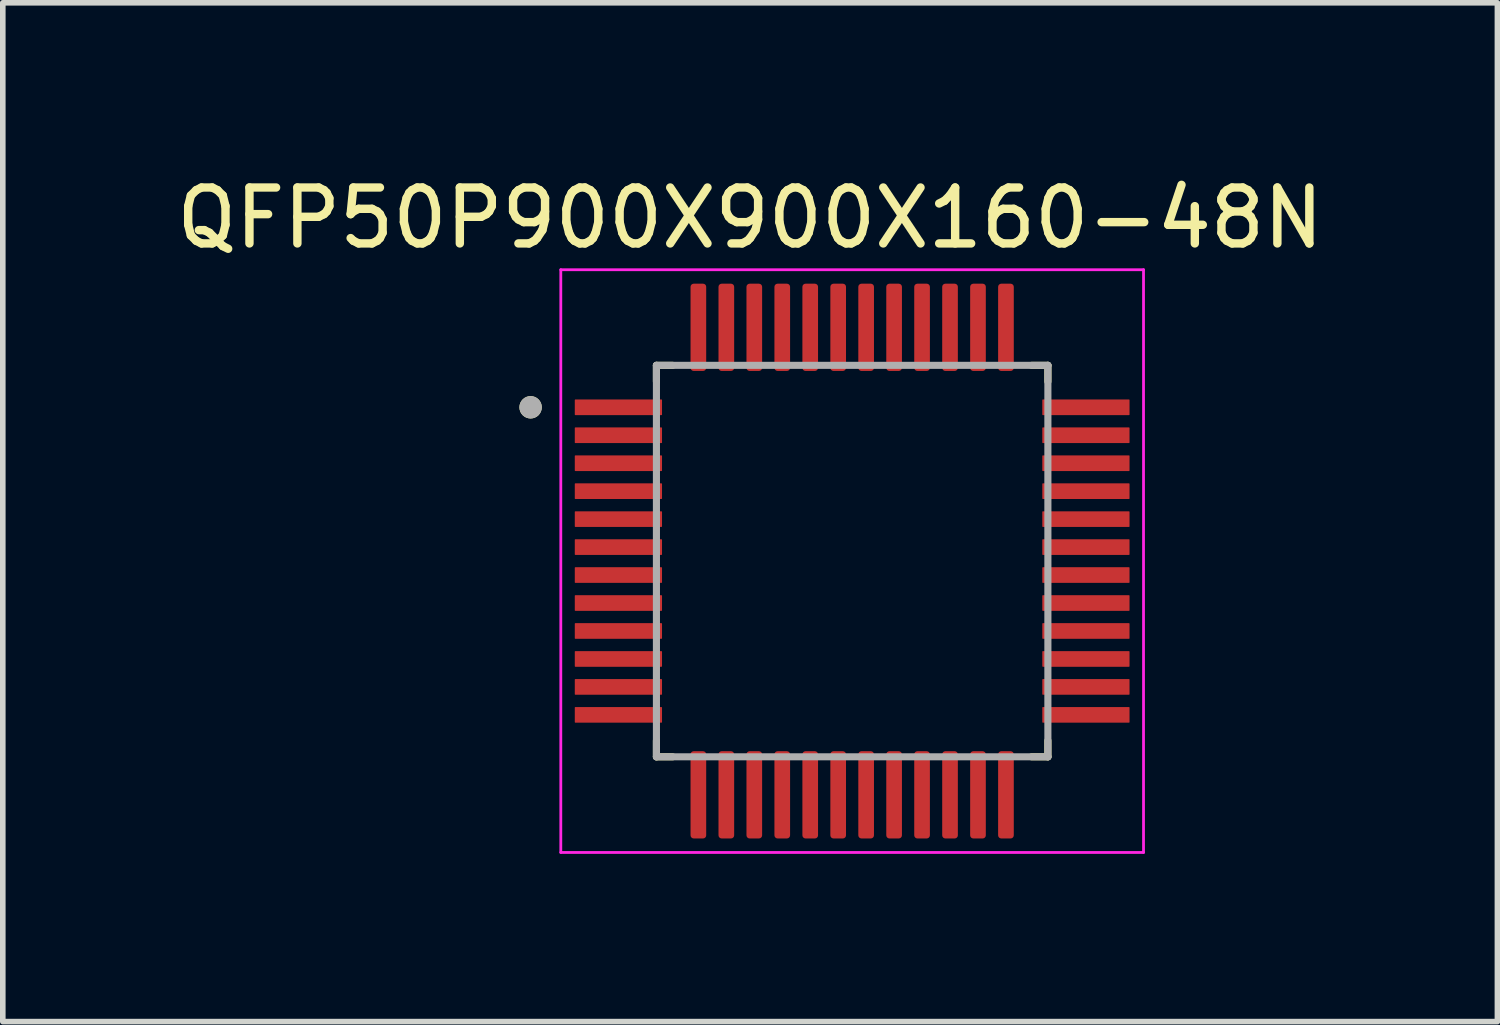
<source format=kicad_pcb>
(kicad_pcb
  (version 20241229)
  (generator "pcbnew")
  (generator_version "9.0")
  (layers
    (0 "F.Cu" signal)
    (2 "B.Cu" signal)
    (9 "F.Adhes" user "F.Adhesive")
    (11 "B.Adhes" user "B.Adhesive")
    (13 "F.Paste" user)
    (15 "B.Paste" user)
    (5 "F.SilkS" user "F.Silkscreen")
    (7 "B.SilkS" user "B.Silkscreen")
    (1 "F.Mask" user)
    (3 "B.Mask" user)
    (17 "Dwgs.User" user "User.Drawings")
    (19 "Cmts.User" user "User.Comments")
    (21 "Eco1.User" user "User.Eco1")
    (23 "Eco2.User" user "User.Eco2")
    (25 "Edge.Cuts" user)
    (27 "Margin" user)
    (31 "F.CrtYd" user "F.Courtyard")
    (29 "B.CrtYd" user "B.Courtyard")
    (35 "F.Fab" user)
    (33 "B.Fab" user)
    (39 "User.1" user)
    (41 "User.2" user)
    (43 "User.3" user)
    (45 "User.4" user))
  (footprint "QFP50P900X900X160-48N"
    (layer "F.Cu")
    (at 12.188 6.983)
    (property "Reference" "QFP50P900X900X160-48N" (at -1.825 -6.135 0) (layer "F.SilkS") (effects (font (size 1 1) (thickness 0.15))))
    (attr through_hole)
    (fp_line (start -3.5 -3.5) (end -3.5 -3.21) (stroke (width 0.127) (type solid)) (layer "F.SilkS"))
    (fp_line (start -3.5 -3.5) (end -3.21 -3.5) (stroke (width 0.127) (type solid)) (layer "F.SilkS"))
    (fp_line (start -3.5 3.5) (end -3.5 3.21) (stroke (width 0.127) (type solid)) (layer "F.SilkS"))
    (fp_line (start -3.5 3.5) (end -3.21 3.5) (stroke (width 0.127) (type solid)) (layer "F.SilkS"))
    (fp_line (start 3.5 -3.5) (end 3.21 -3.5) (stroke (width 0.127) (type solid)) (layer "F.SilkS"))
    (fp_line (start 3.5 -3.5) (end 3.5 -3.21) (stroke (width 0.127) (type solid)) (layer "F.SilkS"))
    (fp_line (start 3.5 3.5) (end 3.21 3.5) (stroke (width 0.127) (type solid)) (layer "F.SilkS"))
    (fp_line (start 3.5 3.5) (end 3.5 3.21) (stroke (width 0.127) (type solid)) (layer "F.SilkS"))
    (fp_circle (center -5.75 -2.75) (end -5.65 -2.75) (stroke (width 0.2) (type solid)) (fill no) (layer "F.SilkS"))
    (fp_line (start -5.21 -5.21) (end 5.21 -5.21) (stroke (width 0.05) (type solid)) (layer "F.CrtYd"))
    (fp_line (start -5.21 5.21) (end -5.21 -5.21) (stroke (width 0.05) (type solid)) (layer "F.CrtYd"))
    (fp_line (start -5.21 5.21) (end 5.21 5.21) (stroke (width 0.05) (type solid)) (layer "F.CrtYd"))
    (fp_line (start 5.21 5.21) (end 5.21 -5.21) (stroke (width 0.05) (type solid)) (layer "F.CrtYd"))
    (fp_line (start -3.5 3.5) (end -3.5 -3.5) (stroke (width 0.127) (type solid)) (layer "F.Fab"))
    (fp_line (start 3.5 -3.5) (end -3.5 -3.5) (stroke (width 0.127) (type solid)) (layer "F.Fab"))
    (fp_line (start 3.5 3.5) (end -3.5 3.5) (stroke (width 0.127) (type solid)) (layer "F.Fab"))
    (fp_line (start 3.5 3.5) (end 3.5 -3.5) (stroke (width 0.127) (type solid)) (layer "F.Fab"))
    (fp_circle (center -5.75 -2.75) (end -5.65 -2.75) (stroke (width 0.2) (type solid)) (fill no) (layer "F.Fab"))
    (pad "1" smd roundrect (at -4.18 -2.75) (size 1.56 0.28) (layers "F.Cu" "F.Mask" "F.Paste") (roundrect_rratio 0.04))
    (pad "2" smd roundrect (at -4.18 -2.25) (size 1.56 0.28) (layers "F.Cu" "F.Mask" "F.Paste") (roundrect_rratio 0.04))
    (pad "3" smd roundrect (at -4.18 -1.75) (size 1.56 0.28) (layers "F.Cu" "F.Mask" "F.Paste") (roundrect_rratio 0.04))
    (pad "4" smd roundrect (at -4.18 -1.25) (size 1.56 0.28) (layers "F.Cu" "F.Mask" "F.Paste") (roundrect_rratio 0.04))
    (pad "5" smd roundrect (at -4.18 -0.75) (size 1.56 0.28) (layers "F.Cu" "F.Mask" "F.Paste") (roundrect_rratio 0.04))
    (pad "6" smd roundrect (at -4.18 -0.25) (size 1.56 0.28) (layers "F.Cu" "F.Mask" "F.Paste") (roundrect_rratio 0.04))
    (pad "7" smd roundrect (at -4.18 0.25) (size 1.56 0.28) (layers "F.Cu" "F.Mask" "F.Paste") (roundrect_rratio 0.04))
    (pad "8" smd roundrect (at -4.18 0.75) (size 1.56 0.28) (layers "F.Cu" "F.Mask" "F.Paste") (roundrect_rratio 0.04))
    (pad "9" smd roundrect (at -4.18 1.25) (size 1.56 0.28) (layers "F.Cu" "F.Mask" "F.Paste") (roundrect_rratio 0.04))
    (pad "10" smd roundrect (at -4.18 1.75) (size 1.56 0.28) (layers "F.Cu" "F.Mask" "F.Paste") (roundrect_rratio 0.04))
    (pad "11" smd roundrect (at -4.18 2.25) (size 1.56 0.28) (layers "F.Cu" "F.Mask" "F.Paste") (roundrect_rratio 0.04))
    (pad "12" smd roundrect (at -4.18 2.75) (size 1.56 0.28) (layers "F.Cu" "F.Mask" "F.Paste") (roundrect_rratio 0.04))
    (pad "13" smd roundrect (at -2.75 4.18) (size 0.28 1.56) (layers "F.Cu" "F.Mask" "F.Paste") (roundrect_rratio 0.2))
    (pad "14" smd roundrect (at -2.25 4.18) (size 0.28 1.56) (layers "F.Cu" "F.Mask" "F.Paste") (roundrect_rratio 0.2))
    (pad "15" smd roundrect (at -1.75 4.18) (size 0.28 1.56) (layers "F.Cu" "F.Mask" "F.Paste") (roundrect_rratio 0.2))
    (pad "16" smd roundrect (at -1.25 4.18) (size 0.28 1.56) (layers "F.Cu" "F.Mask" "F.Paste") (roundrect_rratio 0.2))
    (pad "17" smd roundrect (at -0.75 4.18) (size 0.28 1.56) (layers "F.Cu" "F.Mask" "F.Paste") (roundrect_rratio 0.2))
    (pad "18" smd roundrect (at -0.25 4.18) (size 0.28 1.56) (layers "F.Cu" "F.Mask" "F.Paste") (roundrect_rratio 0.2))
    (pad "19" smd roundrect (at 0.25 4.18) (size 0.28 1.56) (layers "F.Cu" "F.Mask" "F.Paste") (roundrect_rratio 0.2))
    (pad "20" smd roundrect (at 0.75 4.18) (size 0.28 1.56) (layers "F.Cu" "F.Mask" "F.Paste") (roundrect_rratio 0.2))
    (pad "21" smd roundrect (at 1.25 4.18) (size 0.28 1.56) (layers "F.Cu" "F.Mask" "F.Paste") (roundrect_rratio 0.2))
    (pad "22" smd roundrect (at 1.75 4.18) (size 0.28 1.56) (layers "F.Cu" "F.Mask" "F.Paste") (roundrect_rratio 0.2))
    (pad "23" smd roundrect (at 2.25 4.18) (size 0.28 1.56) (layers "F.Cu" "F.Mask" "F.Paste") (roundrect_rratio 0.2))
    (pad "24" smd roundrect (at 2.75 4.18) (size 0.28 1.56) (layers "F.Cu" "F.Mask" "F.Paste") (roundrect_rratio 0.2))
    (pad "25" smd roundrect (at 4.18 2.75) (size 1.56 0.28) (layers "F.Cu" "F.Mask" "F.Paste") (roundrect_rratio 0.04))
    (pad "26" smd roundrect (at 4.18 2.25) (size 1.56 0.28) (layers "F.Cu" "F.Mask" "F.Paste") (roundrect_rratio 0.04))
    (pad "27" smd roundrect (at 4.18 1.75) (size 1.56 0.28) (layers "F.Cu" "F.Mask" "F.Paste") (roundrect_rratio 0.04))
    (pad "28" smd roundrect (at 4.18 1.25) (size 1.56 0.28) (layers "F.Cu" "F.Mask" "F.Paste") (roundrect_rratio 0.04))
    (pad "29" smd roundrect (at 4.18 0.75) (size 1.56 0.28) (layers "F.Cu" "F.Mask" "F.Paste") (roundrect_rratio 0.04))
    (pad "30" smd roundrect (at 4.18 0.25) (size 1.56 0.28) (layers "F.Cu" "F.Mask" "F.Paste") (roundrect_rratio 0.04))
    (pad "31" smd roundrect (at 4.18 -0.25) (size 1.56 0.28) (layers "F.Cu" "F.Mask" "F.Paste") (roundrect_rratio 0.04))
    (pad "32" smd roundrect (at 4.18 -0.75) (size 1.56 0.28) (layers "F.Cu" "F.Mask" "F.Paste") (roundrect_rratio 0.04))
    (pad "33" smd roundrect (at 4.18 -1.25) (size 1.56 0.28) (layers "F.Cu" "F.Mask" "F.Paste") (roundrect_rratio 0.04))
    (pad "34" smd roundrect (at 4.18 -1.75) (size 1.56 0.28) (layers "F.Cu" "F.Mask" "F.Paste") (roundrect_rratio 0.04))
    (pad "35" smd roundrect (at 4.18 -2.25) (size 1.56 0.28) (layers "F.Cu" "F.Mask" "F.Paste") (roundrect_rratio 0.04))
    (pad "36" smd roundrect (at 4.18 -2.75) (size 1.56 0.28) (layers "F.Cu" "F.Mask" "F.Paste") (roundrect_rratio 0.04))
    (pad "37" smd roundrect (at 2.75 -4.18) (size 0.28 1.56) (layers "F.Cu" "F.Mask" "F.Paste") (roundrect_rratio 0.2))
    (pad "38" smd roundrect (at 2.25 -4.18) (size 0.28 1.56) (layers "F.Cu" "F.Mask" "F.Paste") (roundrect_rratio 0.2))
    (pad "39" smd roundrect (at 1.75 -4.18) (size 0.28 1.56) (layers "F.Cu" "F.Mask" "F.Paste") (roundrect_rratio 0.2))
    (pad "40" smd roundrect (at 1.25 -4.18) (size 0.28 1.56) (layers "F.Cu" "F.Mask" "F.Paste") (roundrect_rratio 0.2))
    (pad "41" smd roundrect (at 0.75 -4.18) (size 0.28 1.56) (layers "F.Cu" "F.Mask" "F.Paste") (roundrect_rratio 0.2))
    (pad "42" smd roundrect (at 0.25 -4.18) (size 0.28 1.56) (layers "F.Cu" "F.Mask" "F.Paste") (roundrect_rratio 0.2))
    (pad "43" smd roundrect (at -0.25 -4.18) (size 0.28 1.56) (layers "F.Cu" "F.Mask" "F.Paste") (roundrect_rratio 0.2))
    (pad "44" smd roundrect (at -0.75 -4.18) (size 0.28 1.56) (layers "F.Cu" "F.Mask" "F.Paste") (roundrect_rratio 0.2))
    (pad "45" smd roundrect (at -1.25 -4.18) (size 0.28 1.56) (layers "F.Cu" "F.Mask" "F.Paste") (roundrect_rratio 0.2))
    (pad "46" smd roundrect (at -1.75 -4.18) (size 0.28 1.56) (layers "F.Cu" "F.Mask" "F.Paste") (roundrect_rratio 0.2))
    (pad "47" smd roundrect (at -2.25 -4.18) (size 0.28 1.56) (layers "F.Cu" "F.Mask" "F.Paste") (roundrect_rratio 0.2))
    (pad "48" smd roundrect (at -2.75 -4.18) (size 0.28 1.56) (layers "F.Cu" "F.Mask" "F.Paste") (roundrect_rratio 0.2)))
  (gr_rect
    (start -3 -3)
    (end 23.726 15.218)
    (stroke (width 0.1) (type default))
    (fill no)
    (layer "Edge.Cuts")))
</source>
